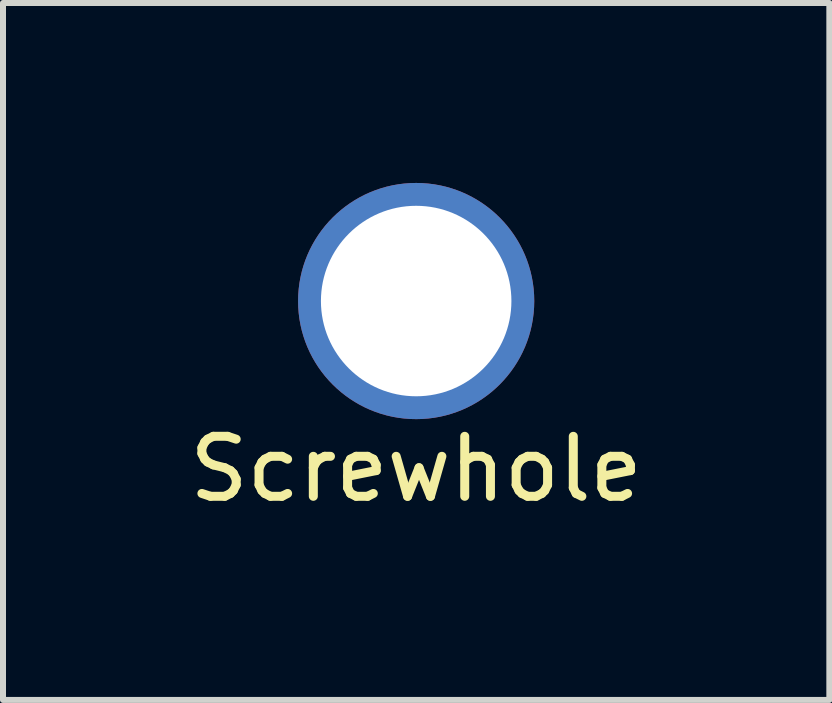
<source format=kicad_pcb>
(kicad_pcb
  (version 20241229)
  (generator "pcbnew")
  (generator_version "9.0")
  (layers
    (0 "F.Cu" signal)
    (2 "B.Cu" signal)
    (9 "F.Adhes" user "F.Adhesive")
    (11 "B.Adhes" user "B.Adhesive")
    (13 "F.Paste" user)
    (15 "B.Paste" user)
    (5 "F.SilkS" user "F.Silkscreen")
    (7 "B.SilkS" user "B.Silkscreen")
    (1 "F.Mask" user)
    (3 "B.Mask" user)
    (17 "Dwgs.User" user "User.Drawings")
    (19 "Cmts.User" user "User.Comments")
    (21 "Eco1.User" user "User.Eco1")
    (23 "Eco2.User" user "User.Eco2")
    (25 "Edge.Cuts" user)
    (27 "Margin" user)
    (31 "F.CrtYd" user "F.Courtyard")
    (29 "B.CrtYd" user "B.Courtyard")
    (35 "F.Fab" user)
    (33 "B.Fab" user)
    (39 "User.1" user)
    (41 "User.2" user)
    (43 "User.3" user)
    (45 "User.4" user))
  (footprint "Screwhole"
    (layer "F.Cu")
    (at 3.887 1.968)
    (property "Reference" "Screwhole" (at 0 2.8 0) (layer "F.SilkS") (effects (font (size 1 1) (thickness 0.15))))
    (attr through_hole)
    (pad "1" thru_hole circle (at 0 0) (size 3.937 3.937) (drill 3.175) (layers "*.Cu" "*.Mask")))
  (gr_rect
    (start -3 -3)
    (end 10.774 8.617)
    (stroke (width 0.1) (type default))
    (fill no)
    (layer "Edge.Cuts")))
</source>
